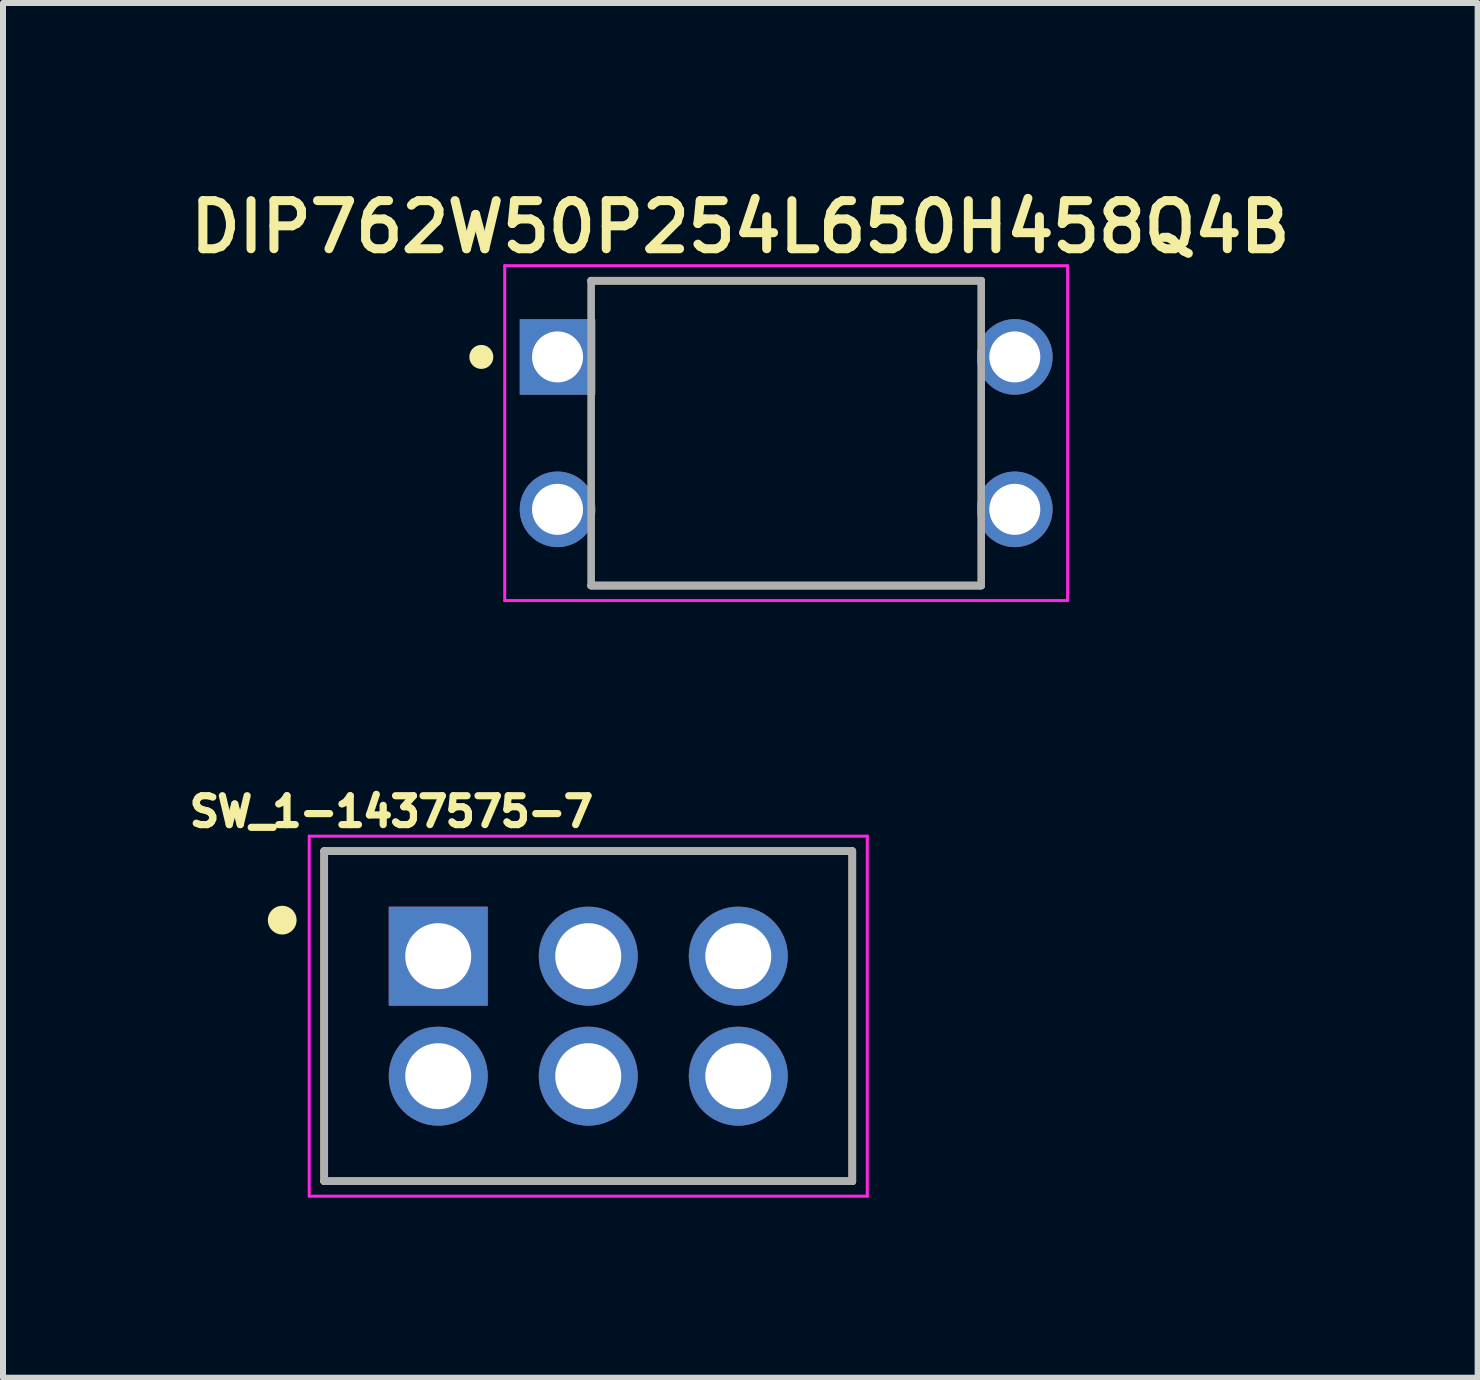
<source format=kicad_pcb>
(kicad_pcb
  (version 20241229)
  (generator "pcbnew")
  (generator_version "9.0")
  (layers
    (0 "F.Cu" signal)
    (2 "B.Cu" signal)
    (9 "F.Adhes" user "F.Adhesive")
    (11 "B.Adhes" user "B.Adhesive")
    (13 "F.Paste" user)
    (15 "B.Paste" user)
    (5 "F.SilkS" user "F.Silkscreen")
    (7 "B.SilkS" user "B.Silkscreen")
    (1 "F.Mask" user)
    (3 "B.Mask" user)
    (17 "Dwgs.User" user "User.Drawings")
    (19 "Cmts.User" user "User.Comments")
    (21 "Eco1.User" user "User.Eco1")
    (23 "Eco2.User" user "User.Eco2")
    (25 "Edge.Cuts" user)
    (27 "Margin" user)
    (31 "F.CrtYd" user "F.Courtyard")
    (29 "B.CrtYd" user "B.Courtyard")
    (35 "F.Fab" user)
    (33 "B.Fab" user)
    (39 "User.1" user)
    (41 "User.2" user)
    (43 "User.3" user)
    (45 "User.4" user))
  (footprint "SW_1-1437575-7"
    (layer "F.Cu")
    (at 6.753 13.884)
    (property "Reference" "SW_1-1437575-7" (at -3.28 -3.409 0) (layer "F.SilkS") (effects (font (size 0.481 0.481) (thickness 0.15))))
    (attr through_hole)
    (fp_line (start -4.4 -2.75) (end 4.4 -2.75) (stroke (width 0.127) (type solid)) (layer "F.SilkS"))
    (fp_line (start -4.4 2.75) (end -4.4 -2.75) (stroke (width 0.127) (type solid)) (layer "F.SilkS"))
    (fp_line (start 4.4 -2.75) (end 4.4 2.75) (stroke (width 0.127) (type solid)) (layer "F.SilkS"))
    (fp_line (start 4.4 2.75) (end -4.4 2.75) (stroke (width 0.127) (type solid)) (layer "F.SilkS"))
    (fp_circle (center -5.1 -1.6) (end -4.98 -1.6) (stroke (width 0.24) (type solid)) (fill no) (layer "F.SilkS"))
    (fp_line (start -4.65 -3) (end 4.65 -3) (stroke (width 0.05) (type solid)) (layer "F.CrtYd"))
    (fp_line (start -4.65 3) (end -4.65 -3) (stroke (width 0.05) (type solid)) (layer "F.CrtYd"))
    (fp_line (start 4.65 -3) (end 4.65 3) (stroke (width 0.05) (type solid)) (layer "F.CrtYd"))
    (fp_line (start 4.65 3) (end -4.65 3) (stroke (width 0.05) (type solid)) (layer "F.CrtYd"))
    (fp_line (start -4.4 -2.75) (end 4.4 -2.75) (stroke (width 0.127) (type solid)) (layer "F.Fab"))
    (fp_line (start -4.4 2.75) (end -4.4 -2.75) (stroke (width 0.127) (type solid)) (layer "F.Fab"))
    (fp_line (start 4.4 -2.75) (end 4.4 2.75) (stroke (width 0.127) (type solid)) (layer "F.Fab"))
    (fp_line (start 4.4 2.75) (end -4.4 2.75) (stroke (width 0.127) (type solid)) (layer "F.Fab"))
    (pad "1" thru_hole rect (at -2.5 -1) (size 1.65 1.65) (drill 1.1) (layers "*.Cu" "*.Mask"))
    (pad "2" thru_hole circle (at 0 -1) (size 1.65 1.65) (drill 1.1) (layers "*.Cu" "*.Mask"))
    (pad "3" thru_hole circle (at 2.5 -1) (size 1.65 1.65) (drill 1.1) (layers "*.Cu" "*.Mask"))
    (pad "4" thru_hole circle (at -2.5 1) (size 1.65 1.65) (drill 1.1) (layers "*.Cu" "*.Mask"))
    (pad "5" thru_hole circle (at 0 1) (size 1.65 1.65) (drill 1.1) (layers "*.Cu" "*.Mask"))
    (pad "6" thru_hole circle (at 2.5 1) (size 1.65 1.65) (drill 1.1) (layers "*.Cu" "*.Mask")))
  (footprint "DIP762W50P254L650H458Q4B"
    (layer "F.Cu")
    (at 10.051 4.168)
    (property "Reference" "DIP762W50P254L650H458Q4B" (at -0.764 -3.436 0) (layer "F.SilkS") (effects (font (size 0.802 0.802) (thickness 0.15))))
    (attr through_hole)
    (fp_line (start 3.25 -2.54) (end -3.25 -2.54) (stroke (width 0.127) (type solid)) (layer "F.SilkS"))
    (fp_line (start 3.25 2.54) (end -3.25 2.54) (stroke (width 0.127) (type solid)) (layer "F.SilkS"))
    (fp_circle (center -5.08 -1.27) (end -4.98 -1.27) (stroke (width 0.2) (type solid)) (fill no) (layer "F.SilkS"))
    (fp_line (start -4.69 -2.79) (end -4.69 2.79) (stroke (width 0.05) (type solid)) (layer "F.CrtYd"))
    (fp_line (start -4.69 2.79) (end 4.69 2.79) (stroke (width 0.05) (type solid)) (layer "F.CrtYd"))
    (fp_line (start 4.69 -2.79) (end -4.69 -2.79) (stroke (width 0.05) (type solid)) (layer "F.CrtYd"))
    (fp_line (start 4.69 2.79) (end 4.69 -2.79) (stroke (width 0.05) (type solid)) (layer "F.CrtYd"))
    (fp_line (start -3.25 -2.54) (end 3.25 -2.54) (stroke (width 0.127) (type solid)) (layer "F.Fab"))
    (fp_line (start -3.25 2.54) (end -3.25 -2.54) (stroke (width 0.127) (type solid)) (layer "F.Fab"))
    (fp_line (start 3.25 -2.54) (end 3.25 2.54) (stroke (width 0.127) (type solid)) (layer "F.Fab"))
    (fp_line (start 3.25 2.54) (end -3.25 2.54) (stroke (width 0.127) (type solid)) (layer "F.Fab"))
    (pad "1" thru_hole rect (at -3.81 -1.27) (size 1.26 1.26) (drill 0.85) (layers "*.Cu" "*.Mask"))
    (pad "2" thru_hole circle (at -3.81 1.27) (size 1.26 1.26) (drill 0.85) (layers "*.Cu" "*.Mask"))
    (pad "3" thru_hole circle (at 3.81 1.27) (size 1.26 1.26) (drill 0.85) (layers "*.Cu" "*.Mask"))
    (pad "4" thru_hole circle (at 3.81 -1.27) (size 1.26 1.26) (drill 0.85) (layers "*.Cu" "*.Mask")))
  (gr_rect
    (start -3 -3)
    (end 21.574 19.909)
    (stroke (width 0.1) (type default))
    (fill no)
    (layer "Edge.Cuts")))
</source>
